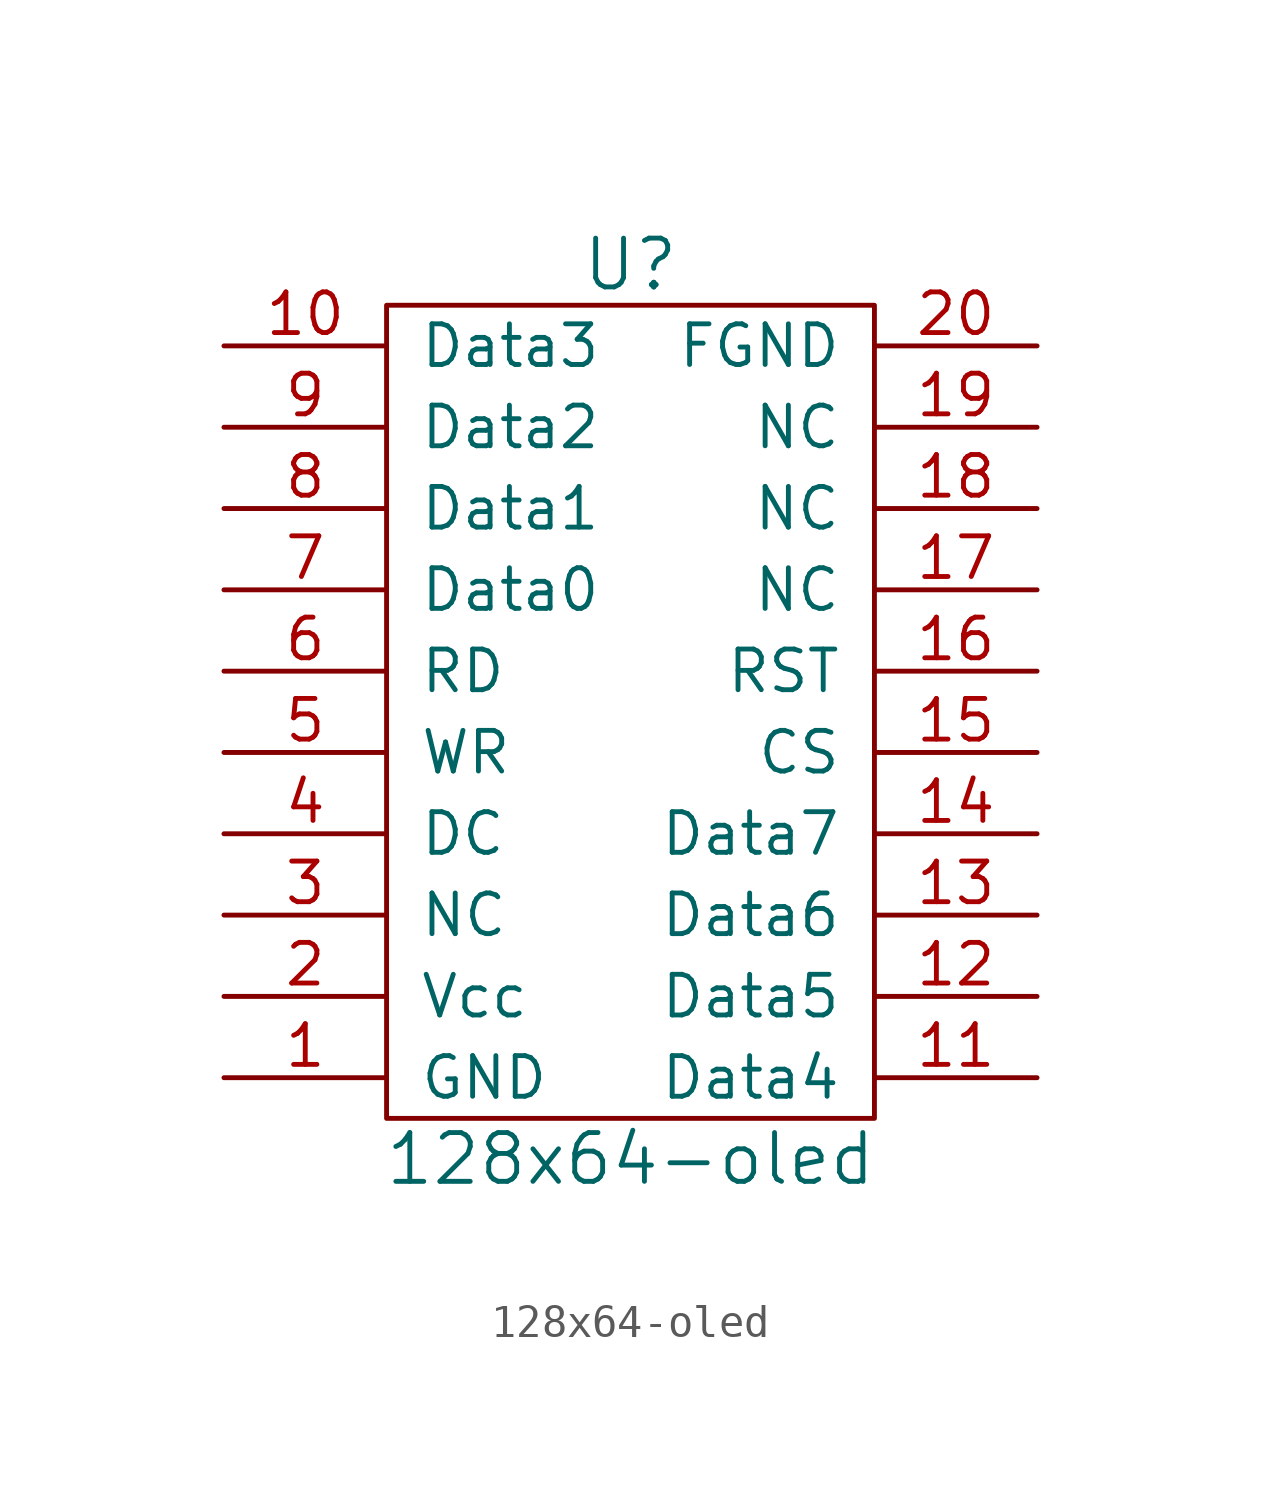
<source format=kicad_sym>
(kicad_symbol_lib
  (version 20211014)
  (generator kicad_symbol_editor)
  (symbol "128x64-oled"
    (pin_names
      (offset 1.016))
    (property "Reference" "U"
      (at 0 13.97 0)
      (effects (font (size 1.524 1.524))))
    (property "Value" "128x64-oled"
      (at 0 -13.97 0)
      (effects (font (size 1.524 1.524))))
    (symbol "128x64-oled_0_1"
      (rectangle (start -7.62 12.7) (end 7.62 -12.7) (stroke (width 0) (type default) (color 0 0 0 0)) (fill (type none))))
    (symbol "128x64-oled_1_1"
      (pin input line (at -12.7 -11.43 0) (length 5.08) (name "GND" (effects (font (size 1.27 1.27)))) (number "1" (effects (font (size 1.27 1.27)))))
      (pin input line (at -12.7 11.43 0) (length 5.08) (name "Data3" (effects (font (size 1.27 1.27)))) (number "10" (effects (font (size 1.27 1.27)))))
      (pin input line (at 12.7 -11.43 180) (length 5.08) (name "Data4" (effects (font (size 1.27 1.27)))) (number "11" (effects (font (size 1.27 1.27)))))
      (pin input line (at 12.7 -8.89 180) (length 5.08) (name "Data5" (effects (font (size 1.27 1.27)))) (number "12" (effects (font (size 1.27 1.27)))))
      (pin input line (at 12.7 -6.35 180) (length 5.08) (name "Data6" (effects (font (size 1.27 1.27)))) (number "13" (effects (font (size 1.27 1.27)))))
      (pin input line (at 12.7 -3.81 180) (length 5.08) (name "Data7" (effects (font (size 1.27 1.27)))) (number "14" (effects (font (size 1.27 1.27)))))
      (pin input line (at 12.7 -1.27 180) (length 5.08) (name "CS" (effects (font (size 1.27 1.27)))) (number "15" (effects (font (size 1.27 1.27)))))
      (pin input line (at 12.7 1.27 180) (length 5.08) (name "RST" (effects (font (size 1.27 1.27)))) (number "16" (effects (font (size 1.27 1.27)))))
      (pin input line (at 12.7 3.81 180) (length 5.08) (name "NC" (effects (font (size 1.27 1.27)))) (number "17" (effects (font (size 1.27 1.27)))))
      (pin input line (at 12.7 6.35 180) (length 5.08) (name "NC" (effects (font (size 1.27 1.27)))) (number "18" (effects (font (size 1.27 1.27)))))
      (pin input line (at 12.7 8.89 180) (length 5.08) (name "NC" (effects (font (size 1.27 1.27)))) (number "19" (effects (font (size 1.27 1.27)))))
      (pin input line (at -12.7 -8.89 0) (length 5.08) (name "Vcc" (effects (font (size 1.27 1.27)))) (number "2" (effects (font (size 1.27 1.27)))))
      (pin input line (at 12.7 11.43 180) (length 5.08) (name "FGND" (effects (font (size 1.27 1.27)))) (number "20" (effects (font (size 1.27 1.27)))))
      (pin input line (at -12.7 -6.35 0) (length 5.08) (name "NC" (effects (font (size 1.27 1.27)))) (number "3" (effects (font (size 1.27 1.27)))))
      (pin input line (at -12.7 -3.81 0) (length 5.08) (name "DC" (effects (font (size 1.27 1.27)))) (number "4" (effects (font (size 1.27 1.27)))))
      (pin input line (at -12.7 -1.27 0) (length 5.08) (name "WR" (effects (font (size 1.27 1.27)))) (number "5" (effects (font (size 1.27 1.27)))))
      (pin input line (at -12.7 1.27 0) (length 5.08) (name "RD" (effects (font (size 1.27 1.27)))) (number "6" (effects (font (size 1.27 1.27)))))
      (pin input line (at -12.7 3.81 0) (length 5.08) (name "Data0" (effects (font (size 1.27 1.27)))) (number "7" (effects (font (size 1.27 1.27)))))
      (pin input line (at -12.7 6.35 0) (length 5.08) (name "Data1" (effects (font (size 1.27 1.27)))) (number "8" (effects (font (size 1.27 1.27)))))
      (pin input line (at -12.7 8.89 0) (length 5.08) (name "Data2" (effects (font (size 1.27 1.27)))) (number "9" (effects (font (size 1.27 1.27))))))))
</source>
